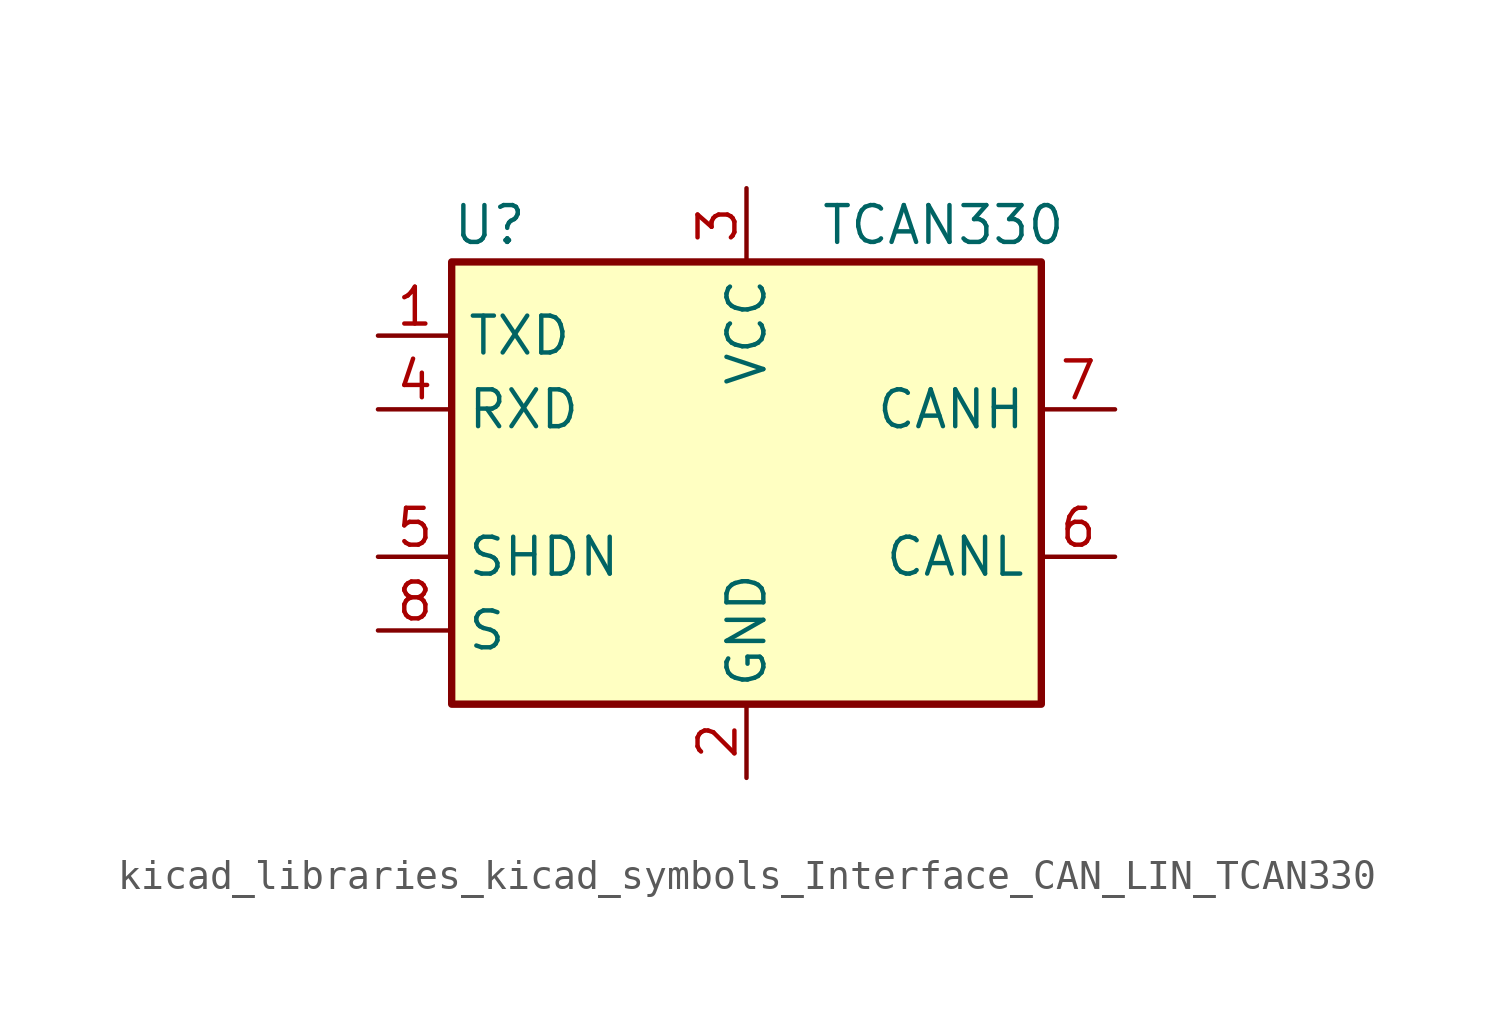
<source format=kicad_sym>
(kicad_symbol_lib
  (version 20220914)
  (generator kicad_symbol_editor)
  (symbol "kicad_libraries_kicad_symbols_Interface_CAN_LIN_TCAN330"
    (property "Reference" "U"
      (at -10.16 8.89 0)
      (effects (font (size 1.27 1.27)) (justify left)))
    (property "Value" "TCAN330"
      (at 2.54 8.89 0)
      (effects (font (size 1.27 1.27)) (justify left)))
    (symbol "kicad_libraries_kicad_symbols_Interface_CAN_LIN_TCAN330_0_1"
      (rectangle (start -10.16 7.62) (end 10.16 -7.62) (stroke (width 0.254) (type default)) (fill (type background))))
    (symbol "kicad_libraries_kicad_symbols_Interface_CAN_LIN_TCAN330_1_1"
      (pin input line (at -12.7 5.08 0) (length 2.54) (name "TXD" (effects (font (size 1.27 1.27)))) (number "1" (effects (font (size 1.27 1.27)))))
      (pin power_in line (at 0 -10.16 90) (length 2.54) (name "GND" (effects (font (size 1.27 1.27)))) (number "2" (effects (font (size 1.27 1.27)))))
      (pin power_in line (at 0 10.16 270) (length 2.54) (name "VCC" (effects (font (size 1.27 1.27)))) (number "3" (effects (font (size 1.27 1.27)))))
      (pin tri_state line (at -12.7 2.54 0) (length 2.54) (name "RXD" (effects (font (size 1.27 1.27)))) (number "4" (effects (font (size 1.27 1.27)))))
      (pin input line (at -12.7 -2.54 0) (length 2.54) (name "SHDN" (effects (font (size 1.27 1.27)))) (number "5" (effects (font (size 1.27 1.27)))))
      (pin bidirectional line (at 12.7 -2.54 180) (length 2.54) (name "CANL" (effects (font (size 1.27 1.27)))) (number "6" (effects (font (size 1.27 1.27)))))
      (pin bidirectional line (at 12.7 2.54 180) (length 2.54) (name "CANH" (effects (font (size 1.27 1.27)))) (number "7" (effects (font (size 1.27 1.27)))))
      (pin input line (at -12.7 -5.08 0) (length 2.54) (name "S" (effects (font (size 1.27 1.27)))) (number "8" (effects (font (size 1.27 1.27))))))))
</source>
